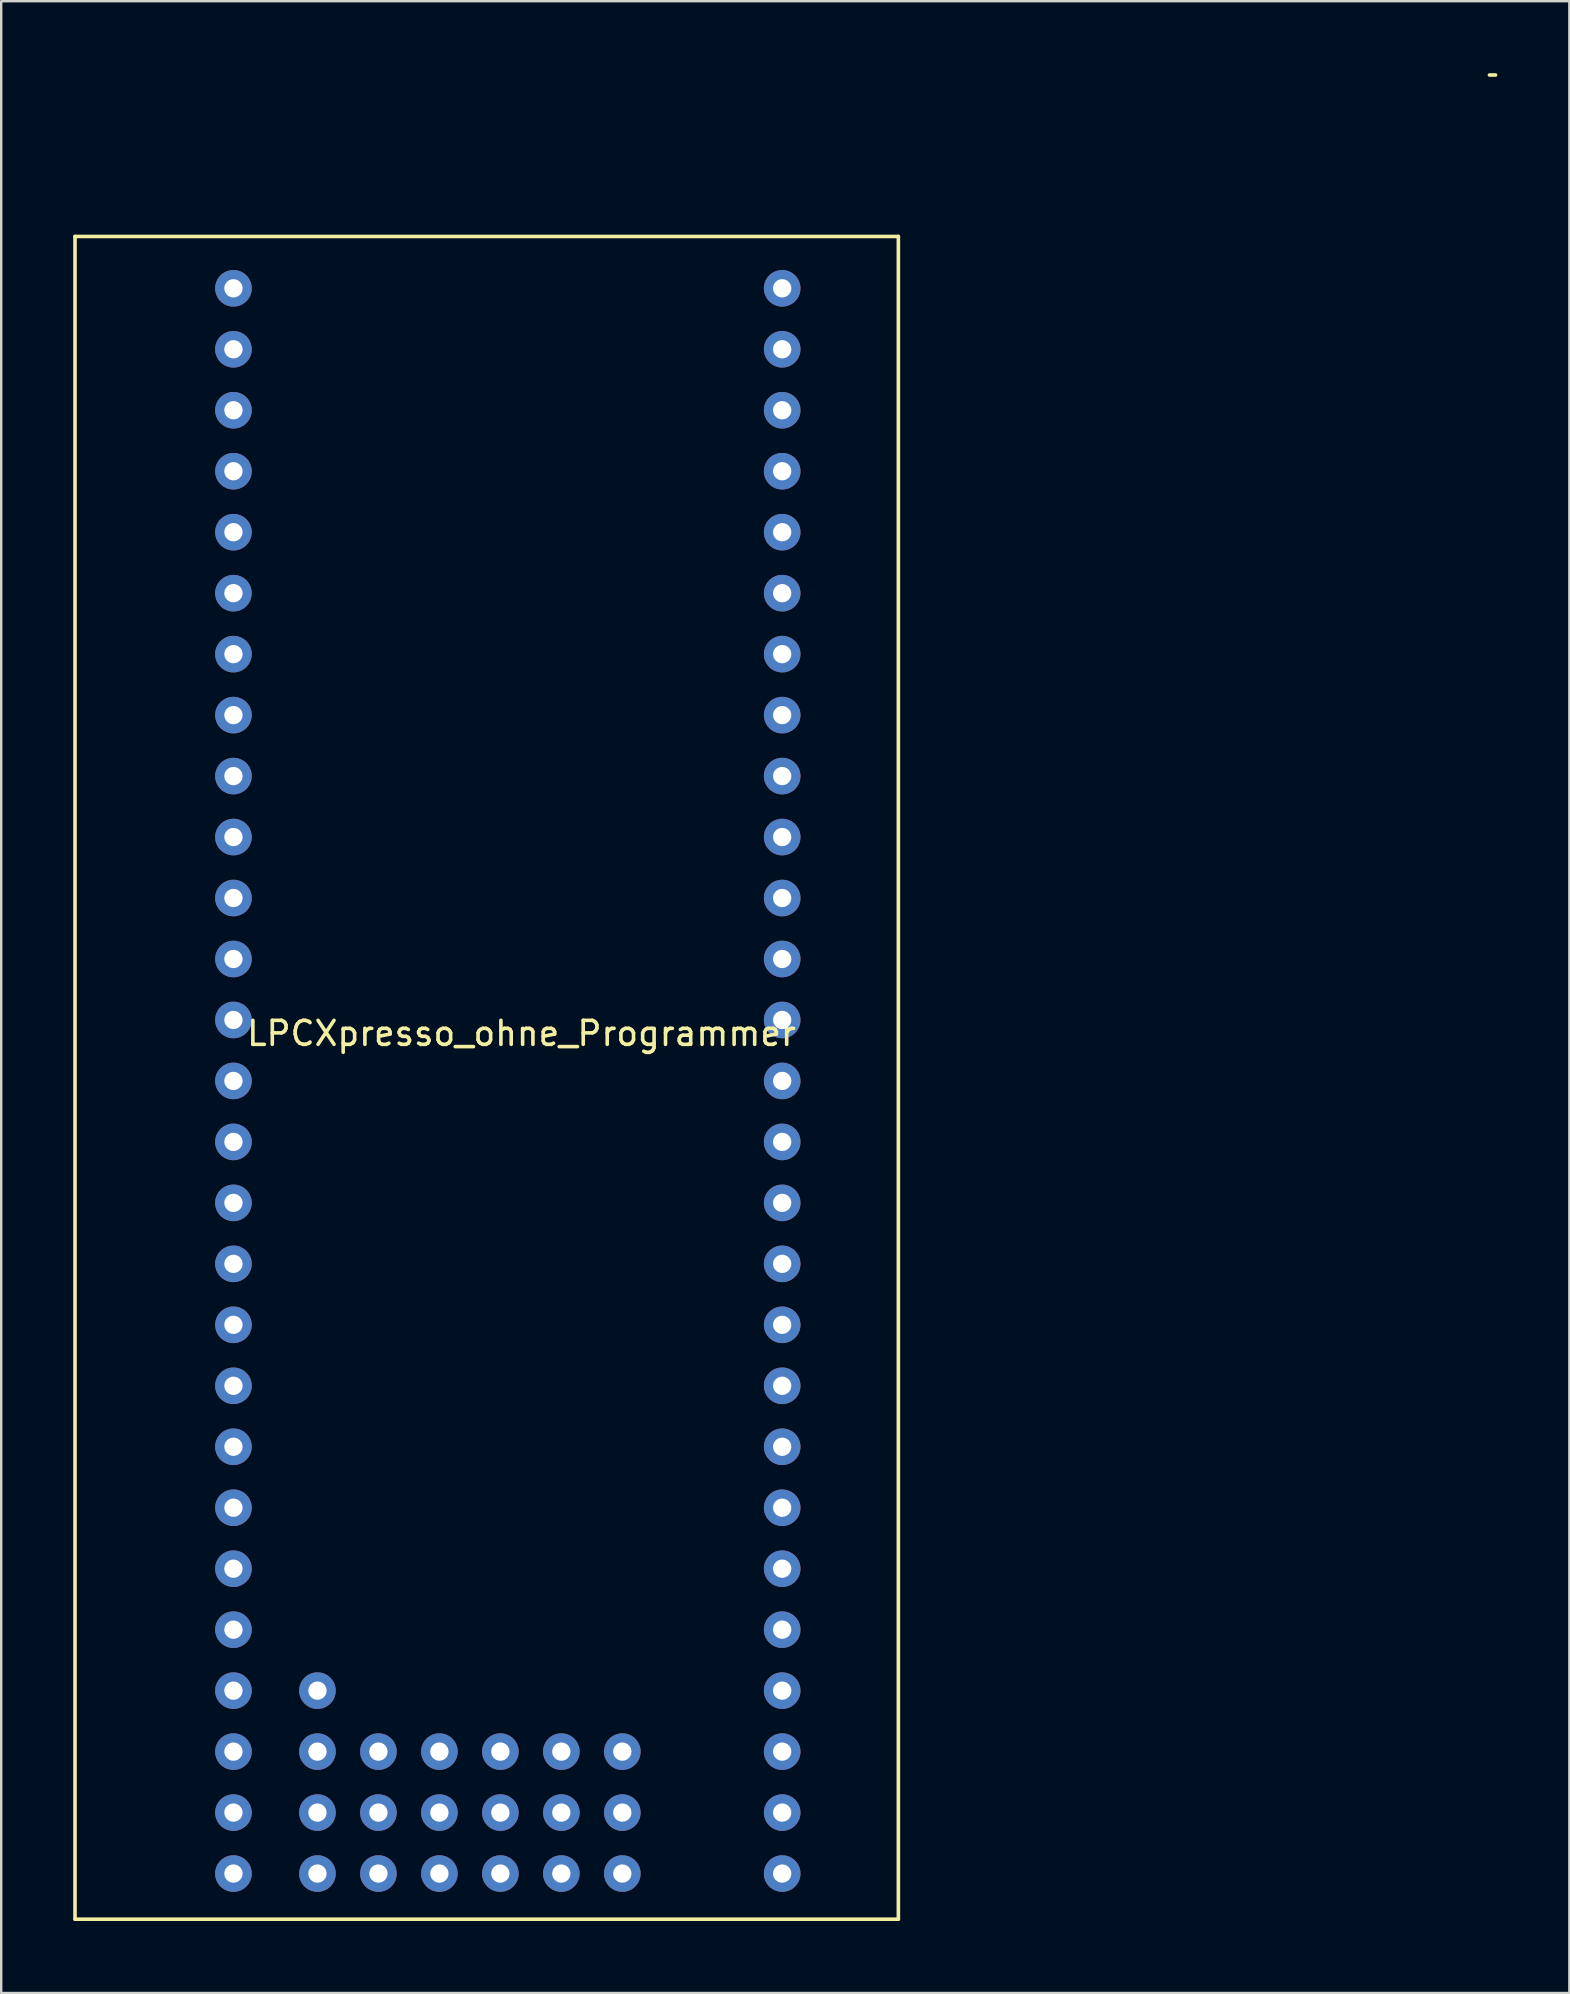
<source format=kicad_pcb>
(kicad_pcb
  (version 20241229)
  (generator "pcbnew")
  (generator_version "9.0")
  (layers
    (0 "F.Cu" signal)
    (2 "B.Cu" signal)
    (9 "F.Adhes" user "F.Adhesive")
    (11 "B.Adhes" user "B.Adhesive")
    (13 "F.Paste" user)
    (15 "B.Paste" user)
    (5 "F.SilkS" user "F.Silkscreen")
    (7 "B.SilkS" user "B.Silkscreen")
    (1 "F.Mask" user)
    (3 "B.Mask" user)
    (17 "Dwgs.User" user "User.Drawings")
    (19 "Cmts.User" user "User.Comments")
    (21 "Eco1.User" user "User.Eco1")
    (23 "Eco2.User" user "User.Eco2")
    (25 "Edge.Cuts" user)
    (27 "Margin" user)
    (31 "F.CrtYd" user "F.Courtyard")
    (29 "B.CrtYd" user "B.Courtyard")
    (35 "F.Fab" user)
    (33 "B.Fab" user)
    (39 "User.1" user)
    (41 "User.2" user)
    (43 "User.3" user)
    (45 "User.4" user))
  (footprint "LPCXpresso_ohne_Programmer"
    (layer "F.Cu")
    (at 6.675 75.001)
    (property "Reference" "LPCXpresso_ohne_Programmer" (at 12 -35 0) (layer "F.SilkS") (effects (font (size 1 1) (thickness 0.15))))
    (attr through_hole)
    (fp_line (start -6.6 -68.2) (end -6.6 1.9) (stroke (width 0.15) (type solid)) (layer "F.SilkS"))
    (fp_line (start -6.6 -68.2) (end 27.7 -68.2) (stroke (width 0.15) (type solid)) (layer "F.SilkS"))
    (fp_line (start -6.6 1.9) (end 27.7 1.9) (stroke (width 0.15) (type solid)) (layer "F.SilkS"))
    (fp_line (start 27.7 -68.2) (end 27.7 1.9) (stroke (width 0.15) (type solid)) (layer "F.SilkS"))
    (fp_line (start 52.578 -74.926) (end 52.324 -74.926) (stroke (width 0.15) (type solid)) (layer "F.SilkS"))
    (pad "1" thru_hole circle (at 0 -66.04) (size 1.524 1.524) (drill 0.762) (layers "*.Cu" "*.Mask"))
    (pad "2" thru_hole circle (at 0 -63.5) (size 1.524 1.524) (drill 0.762) (layers "*.Cu" "*.Mask"))
    (pad "3" thru_hole circle (at 0 -60.96) (size 1.524 1.524) (drill 0.762) (layers "*.Cu" "*.Mask"))
    (pad "4" thru_hole circle (at 0 -58.42) (size 1.524 1.524) (drill 0.762) (layers "*.Cu" "*.Mask"))
    (pad "5" thru_hole circle (at 0 -55.88) (size 1.524 1.524) (drill 0.762) (layers "*.Cu" "*.Mask"))
    (pad "6" thru_hole circle (at 0 -53.34) (size 1.524 1.524) (drill 0.762) (layers "*.Cu" "*.Mask"))
    (pad "7" thru_hole circle (at 0 -50.8) (size 1.524 1.524) (drill 0.762) (layers "*.Cu" "*.Mask"))
    (pad "8" thru_hole circle (at 0 -48.26) (size 1.524 1.524) (drill 0.762) (layers "*.Cu" "*.Mask"))
    (pad "9" thru_hole circle (at 0 -45.72) (size 1.524 1.524) (drill 0.762) (layers "*.Cu" "*.Mask"))
    (pad "10" thru_hole circle (at 0 -43.18) (size 1.524 1.524) (drill 0.762) (layers "*.Cu" "*.Mask"))
    (pad "11" thru_hole circle (at 0 -40.64) (size 1.524 1.524) (drill 0.762) (layers "*.Cu" "*.Mask"))
    (pad "12" thru_hole circle (at 0 -38.1) (size 1.524 1.524) (drill 0.762) (layers "*.Cu" "*.Mask"))
    (pad "13" thru_hole circle (at 0 -35.56) (size 1.524 1.524) (drill 0.762) (layers "*.Cu" "*.Mask"))
    (pad "14" thru_hole circle (at 0 -33.02) (size 1.524 1.524) (drill 0.762) (layers "*.Cu" "*.Mask"))
    (pad "15" thru_hole circle (at 0 -30.48) (size 1.524 1.524) (drill 0.762) (layers "*.Cu" "*.Mask"))
    (pad "16" thru_hole circle (at 0 -27.94) (size 1.524 1.524) (drill 0.762) (layers "*.Cu" "*.Mask"))
    (pad "17" thru_hole circle (at 0 -25.4) (size 1.524 1.524) (drill 0.762) (layers "*.Cu" "*.Mask"))
    (pad "18" thru_hole circle (at 0 -22.86) (size 1.524 1.524) (drill 0.762) (layers "*.Cu" "*.Mask"))
    (pad "19" thru_hole circle (at 0 -20.32) (size 1.524 1.524) (drill 0.762) (layers "*.Cu" "*.Mask"))
    (pad "20" thru_hole circle (at 0 -17.78) (size 1.524 1.524) (drill 0.762) (layers "*.Cu" "*.Mask"))
    (pad "21" thru_hole circle (at 0 -15.24) (size 1.524 1.524) (drill 0.762) (layers "*.Cu" "*.Mask"))
    (pad "22" thru_hole circle (at 0 -12.7) (size 1.524 1.524) (drill 0.762) (layers "*.Cu" "*.Mask"))
    (pad "23" thru_hole circle (at 0 -10.16) (size 1.524 1.524) (drill 0.762) (layers "*.Cu" "*.Mask"))
    (pad "24" thru_hole circle (at 0 -7.62) (size 1.524 1.524) (drill 0.762) (layers "*.Cu" "*.Mask"))
    (pad "25" thru_hole circle (at 0 -5.08) (size 1.524 1.524) (drill 0.762) (layers "*.Cu" "*.Mask"))
    (pad "26" thru_hole circle (at 0 -2.54) (size 1.524 1.524) (drill 0.762) (layers "*.Cu" "*.Mask"))
    (pad "27" thru_hole circle (at 0 0) (size 1.524 1.524) (drill 0.762) (layers "*.Cu" "*.Mask"))
    (pad "28" thru_hole circle (at 22.86 -66.04) (size 1.524 1.524) (drill 0.762) (layers "*.Cu" "*.Mask"))
    (pad "29" thru_hole circle (at 22.86 -63.5) (size 1.524 1.524) (drill 0.762) (layers "*.Cu" "*.Mask"))
    (pad "30" thru_hole circle (at 22.86 -60.96) (size 1.524 1.524) (drill 0.762) (layers "*.Cu" "*.Mask"))
    (pad "31" thru_hole circle (at 22.86 -58.42) (size 1.524 1.524) (drill 0.762) (layers "*.Cu" "*.Mask"))
    (pad "32" thru_hole circle (at 22.86 -55.88) (size 1.524 1.524) (drill 0.762) (layers "*.Cu" "*.Mask"))
    (pad "33" thru_hole circle (at 22.86 -53.34) (size 1.524 1.524) (drill 0.762) (layers "*.Cu" "*.Mask"))
    (pad "34" thru_hole circle (at 22.86 -50.8) (size 1.524 1.524) (drill 0.762) (layers "*.Cu" "*.Mask"))
    (pad "35" thru_hole circle (at 22.86 -48.26) (size 1.524 1.524) (drill 0.762) (layers "*.Cu" "*.Mask"))
    (pad "36" thru_hole circle (at 22.86 -45.72) (size 1.524 1.524) (drill 0.762) (layers "*.Cu" "*.Mask"))
    (pad "37" thru_hole circle (at 22.86 -43.18) (size 1.524 1.524) (drill 0.762) (layers "*.Cu" "*.Mask"))
    (pad "38" thru_hole circle (at 22.86 -40.64) (size 1.524 1.524) (drill 0.762) (layers "*.Cu" "*.Mask"))
    (pad "39" thru_hole circle (at 22.86 -38.1) (size 1.524 1.524) (drill 0.762) (layers "*.Cu" "*.Mask"))
    (pad "40" thru_hole circle (at 22.86 -35.56) (size 1.524 1.524) (drill 0.762) (layers "*.Cu" "*.Mask"))
    (pad "41" thru_hole circle (at 22.86 -33.02) (size 1.524 1.524) (drill 0.762) (layers "*.Cu" "*.Mask"))
    (pad "42" thru_hole circle (at 22.86 -30.48) (size 1.524 1.524) (drill 0.762) (layers "*.Cu" "*.Mask"))
    (pad "43" thru_hole circle (at 22.86 -27.94) (size 1.524 1.524) (drill 0.762) (layers "*.Cu" "*.Mask"))
    (pad "44" thru_hole circle (at 22.86 -25.4) (size 1.524 1.524) (drill 0.762) (layers "*.Cu" "*.Mask"))
    (pad "45" thru_hole circle (at 22.86 -22.86) (size 1.524 1.524) (drill 0.762) (layers "*.Cu" "*.Mask"))
    (pad "46" thru_hole circle (at 22.86 -20.32) (size 1.524 1.524) (drill 0.762) (layers "*.Cu" "*.Mask"))
    (pad "47" thru_hole circle (at 22.86 -17.78) (size 1.524 1.524) (drill 0.762) (layers "*.Cu" "*.Mask"))
    (pad "48" thru_hole circle (at 22.86 -15.24) (size 1.524 1.524) (drill 0.762) (layers "*.Cu" "*.Mask"))
    (pad "49" thru_hole circle (at 22.86 -12.7) (size 1.524 1.524) (drill 0.762) (layers "*.Cu" "*.Mask"))
    (pad "50" thru_hole circle (at 22.86 -10.16) (size 1.524 1.524) (drill 0.762) (layers "*.Cu" "*.Mask"))
    (pad "51" thru_hole circle (at 22.86 -7.62) (size 1.524 1.524) (drill 0.762) (layers "*.Cu" "*.Mask"))
    (pad "52" thru_hole circle (at 22.86 -5.08) (size 1.524 1.524) (drill 0.762) (layers "*.Cu" "*.Mask"))
    (pad "53" thru_hole circle (at 22.86 -2.54) (size 1.524 1.524) (drill 0.762) (layers "*.Cu" "*.Mask"))
    (pad "54" thru_hole circle (at 22.86 0) (size 1.524 1.524) (drill 0.762) (layers "*.Cu" "*.Mask"))
    (pad "P1" thru_hole circle (at 3.5 -7.62) (size 1.524 1.524) (drill 0.762) (layers "*.Cu" "*.Mask"))
    (pad "P2" thru_hole circle (at 3.5 -5.08) (size 1.524 1.524) (drill 0.762) (layers "*.Cu" "*.Mask"))
    (pad "P3" thru_hole circle (at 6.04 -5.08) (size 1.524 1.524) (drill 0.762) (layers "*.Cu" "*.Mask"))
    (pad "P4" thru_hole circle (at 8.58 -5.08) (size 1.524 1.524) (drill 0.762) (layers "*.Cu" "*.Mask"))
    (pad "P5" thru_hole circle (at 11.12 -5.08) (size 1.524 1.524) (drill 0.762) (layers "*.Cu" "*.Mask"))
    (pad "P6" thru_hole circle (at 13.66 -5.08) (size 1.524 1.524) (drill 0.762) (layers "*.Cu" "*.Mask"))
    (pad "P7" thru_hole circle (at 16.2 -5.08) (size 1.524 1.524) (drill 0.762) (layers "*.Cu" "*.Mask"))
    (pad "P8" thru_hole circle (at 3.5 -2.54) (size 1.524 1.524) (drill 0.762) (layers "*.Cu" "*.Mask"))
    (pad "P9" thru_hole circle (at 6.04 -2.54) (size 1.524 1.524) (drill 0.762) (layers "*.Cu" "*.Mask"))
    (pad "P10" thru_hole circle (at 8.58 -2.54) (size 1.524 1.524) (drill 0.762) (layers "*.Cu" "*.Mask"))
    (pad "P11" thru_hole circle (at 11.12 -2.54) (size 1.524 1.524) (drill 0.762) (layers "*.Cu" "*.Mask"))
    (pad "P12" thru_hole circle (at 13.66 -2.54) (size 1.524 1.524) (drill 0.762) (layers "*.Cu" "*.Mask"))
    (pad "P13" thru_hole circle (at 16.2 -2.54) (size 1.524 1.524) (drill 0.762) (layers "*.Cu" "*.Mask"))
    (pad "P14" thru_hole circle (at 3.5 0) (size 1.524 1.524) (drill 0.762) (layers "*.Cu" "*.Mask"))
    (pad "P15" thru_hole circle (at 6.04 0) (size 1.524 1.524) (drill 0.762) (layers "*.Cu" "*.Mask"))
    (pad "P16" thru_hole circle (at 8.58 0) (size 1.524 1.524) (drill 0.762) (layers "*.Cu" "*.Mask"))
    (pad "P17" thru_hole circle (at 11.12 0) (size 1.524 1.524) (drill 0.762) (layers "*.Cu" "*.Mask"))
    (pad "P18" thru_hole circle (at 13.66 0) (size 1.524 1.524) (drill 0.762) (layers "*.Cu" "*.Mask"))
    (pad "P19" thru_hole circle (at 16.2 0) (size 1.524 1.524) (drill 0.762) (layers "*.Cu" "*.Mask")))
  (gr_rect
    (start -3 -3)
    (end 62.328 79.976)
    (stroke (width 0.1) (type default))
    (fill no)
    (layer "Edge.Cuts")))
</source>
